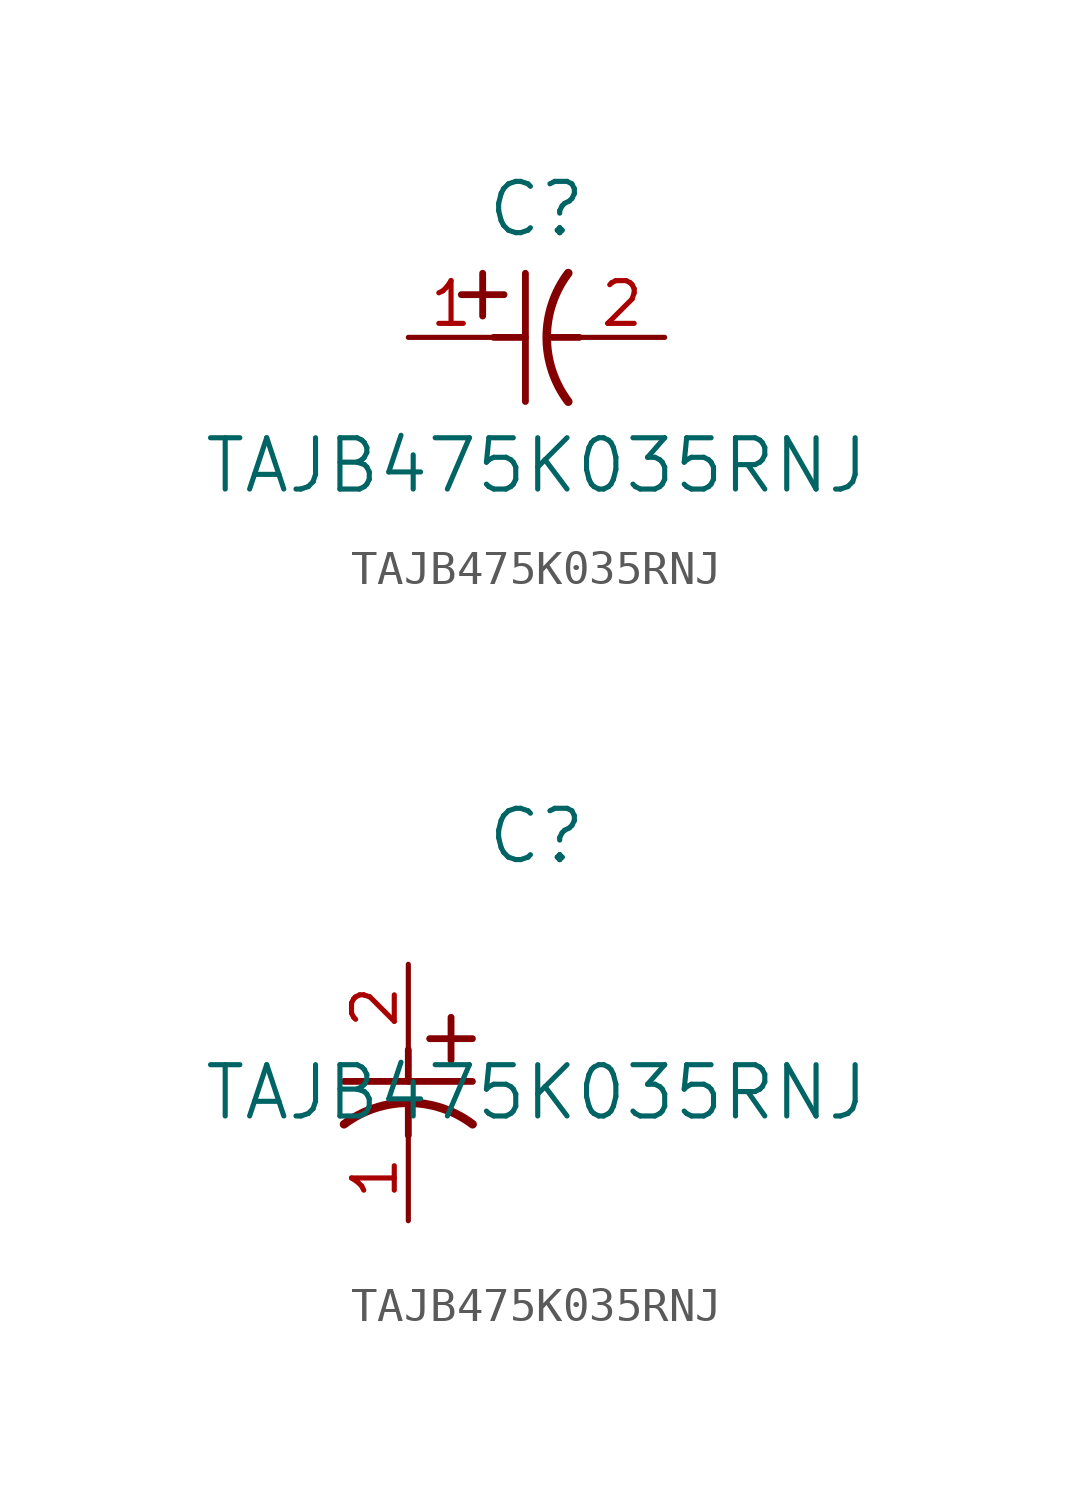
<source format=kicad_sym>
(kicad_symbol_lib
  (version 20211014)
  (generator kicad_symbol_editor)
  (symbol "TAJB475K035RNJ"
    (pin_names
      (offset 0.254))
    (property "Reference" "C"
      (at 3.81 3.81 0)
      (effects (font (size 1.524 1.524))))
    (property "Value" "TAJB475K035RNJ"
      (at 3.81 -3.81 0)
      (effects (font (size 1.524 1.524))))
    (symbol "TAJB475K035RNJ_1_1"
      (polyline (pts (xy 2.21 0.635) (xy 2.21 1.905)) (stroke (width 0.203) (type default) (color 0 0 0 0)) (fill (type none)))
      (arc (start 4.754132 1.910763) (mid 4.1148 0) (end 4.754132 -1.910763) (stroke (width 0.254) (type default) (color 0 0 0 0)) (fill (type none)))
      (polyline (pts (xy 4.115 0) (xy 5.08 0)) (stroke (width 0.203) (type default) (color 0 0 0 0)) (fill (type none)))
      (polyline (pts (xy 3.48 -1.905) (xy 3.48 1.905)) (stroke (width 0.203) (type default) (color 0 0 0 0)) (fill (type none)))
      (polyline (pts (xy 1.575 1.27) (xy 2.845 1.27)) (stroke (width 0.203) (type default) (color 0 0 0 0)) (fill (type none)))
      (polyline (pts (xy 2.54 0) (xy 3.48 0)) (stroke (width 0.203) (type default) (color 0 0 0 0)) (fill (type none)))
      (pin unspecified line (at 0 0 0) (length 2.54) (name "" (effects (font (size 1.27 1.27)))) (number "1" (effects (font (size 1.27 1.27)))))
      (pin unspecified line (at 7.62 0 180) (length 2.54) (name "" (effects (font (size 1.27 1.27)))) (number "2" (effects (font (size 1.27 1.27))))))
    (symbol "TAJB475K035RNJ_1_2"
      (polyline (pts (xy 0 -2.54) (xy 0 -3.48)) (stroke (width 0.203) (type default) (color 0 0 0 0)) (fill (type none)))
      (arc (start 1.910763 -4.754132) (mid 0 -4.1148) (end -1.910763 -4.754132) (stroke (width 0.254) (type default) (color 0 0 0 0)) (fill (type none)))
      (polyline (pts (xy -1.905 -3.48) (xy 1.905 -3.48)) (stroke (width 0.203) (type default) (color 0 0 0 0)) (fill (type none)))
      (polyline (pts (xy 0.635 -2.21) (xy 1.905 -2.21)) (stroke (width 0.203) (type default) (color 0 0 0 0)) (fill (type none)))
      (polyline (pts (xy 1.27 -1.575) (xy 1.27 -2.845)) (stroke (width 0.203) (type default) (color 0 0 0 0)) (fill (type none)))
      (polyline (pts (xy 0 -4.115) (xy 0 -5.08)) (stroke (width 0.203) (type default) (color 0 0 0 0)) (fill (type none)))
      (pin unspecified line (at 0 -7.62 90) (length 2.54) (name "" (effects (font (size 1.27 1.27)))) (number "1" (effects (font (size 1.27 1.27)))))
      (pin unspecified line (at 0 0 270) (length 2.54) (name "" (effects (font (size 1.27 1.27)))) (number "2" (effects (font (size 1.27 1.27))))))))
</source>
